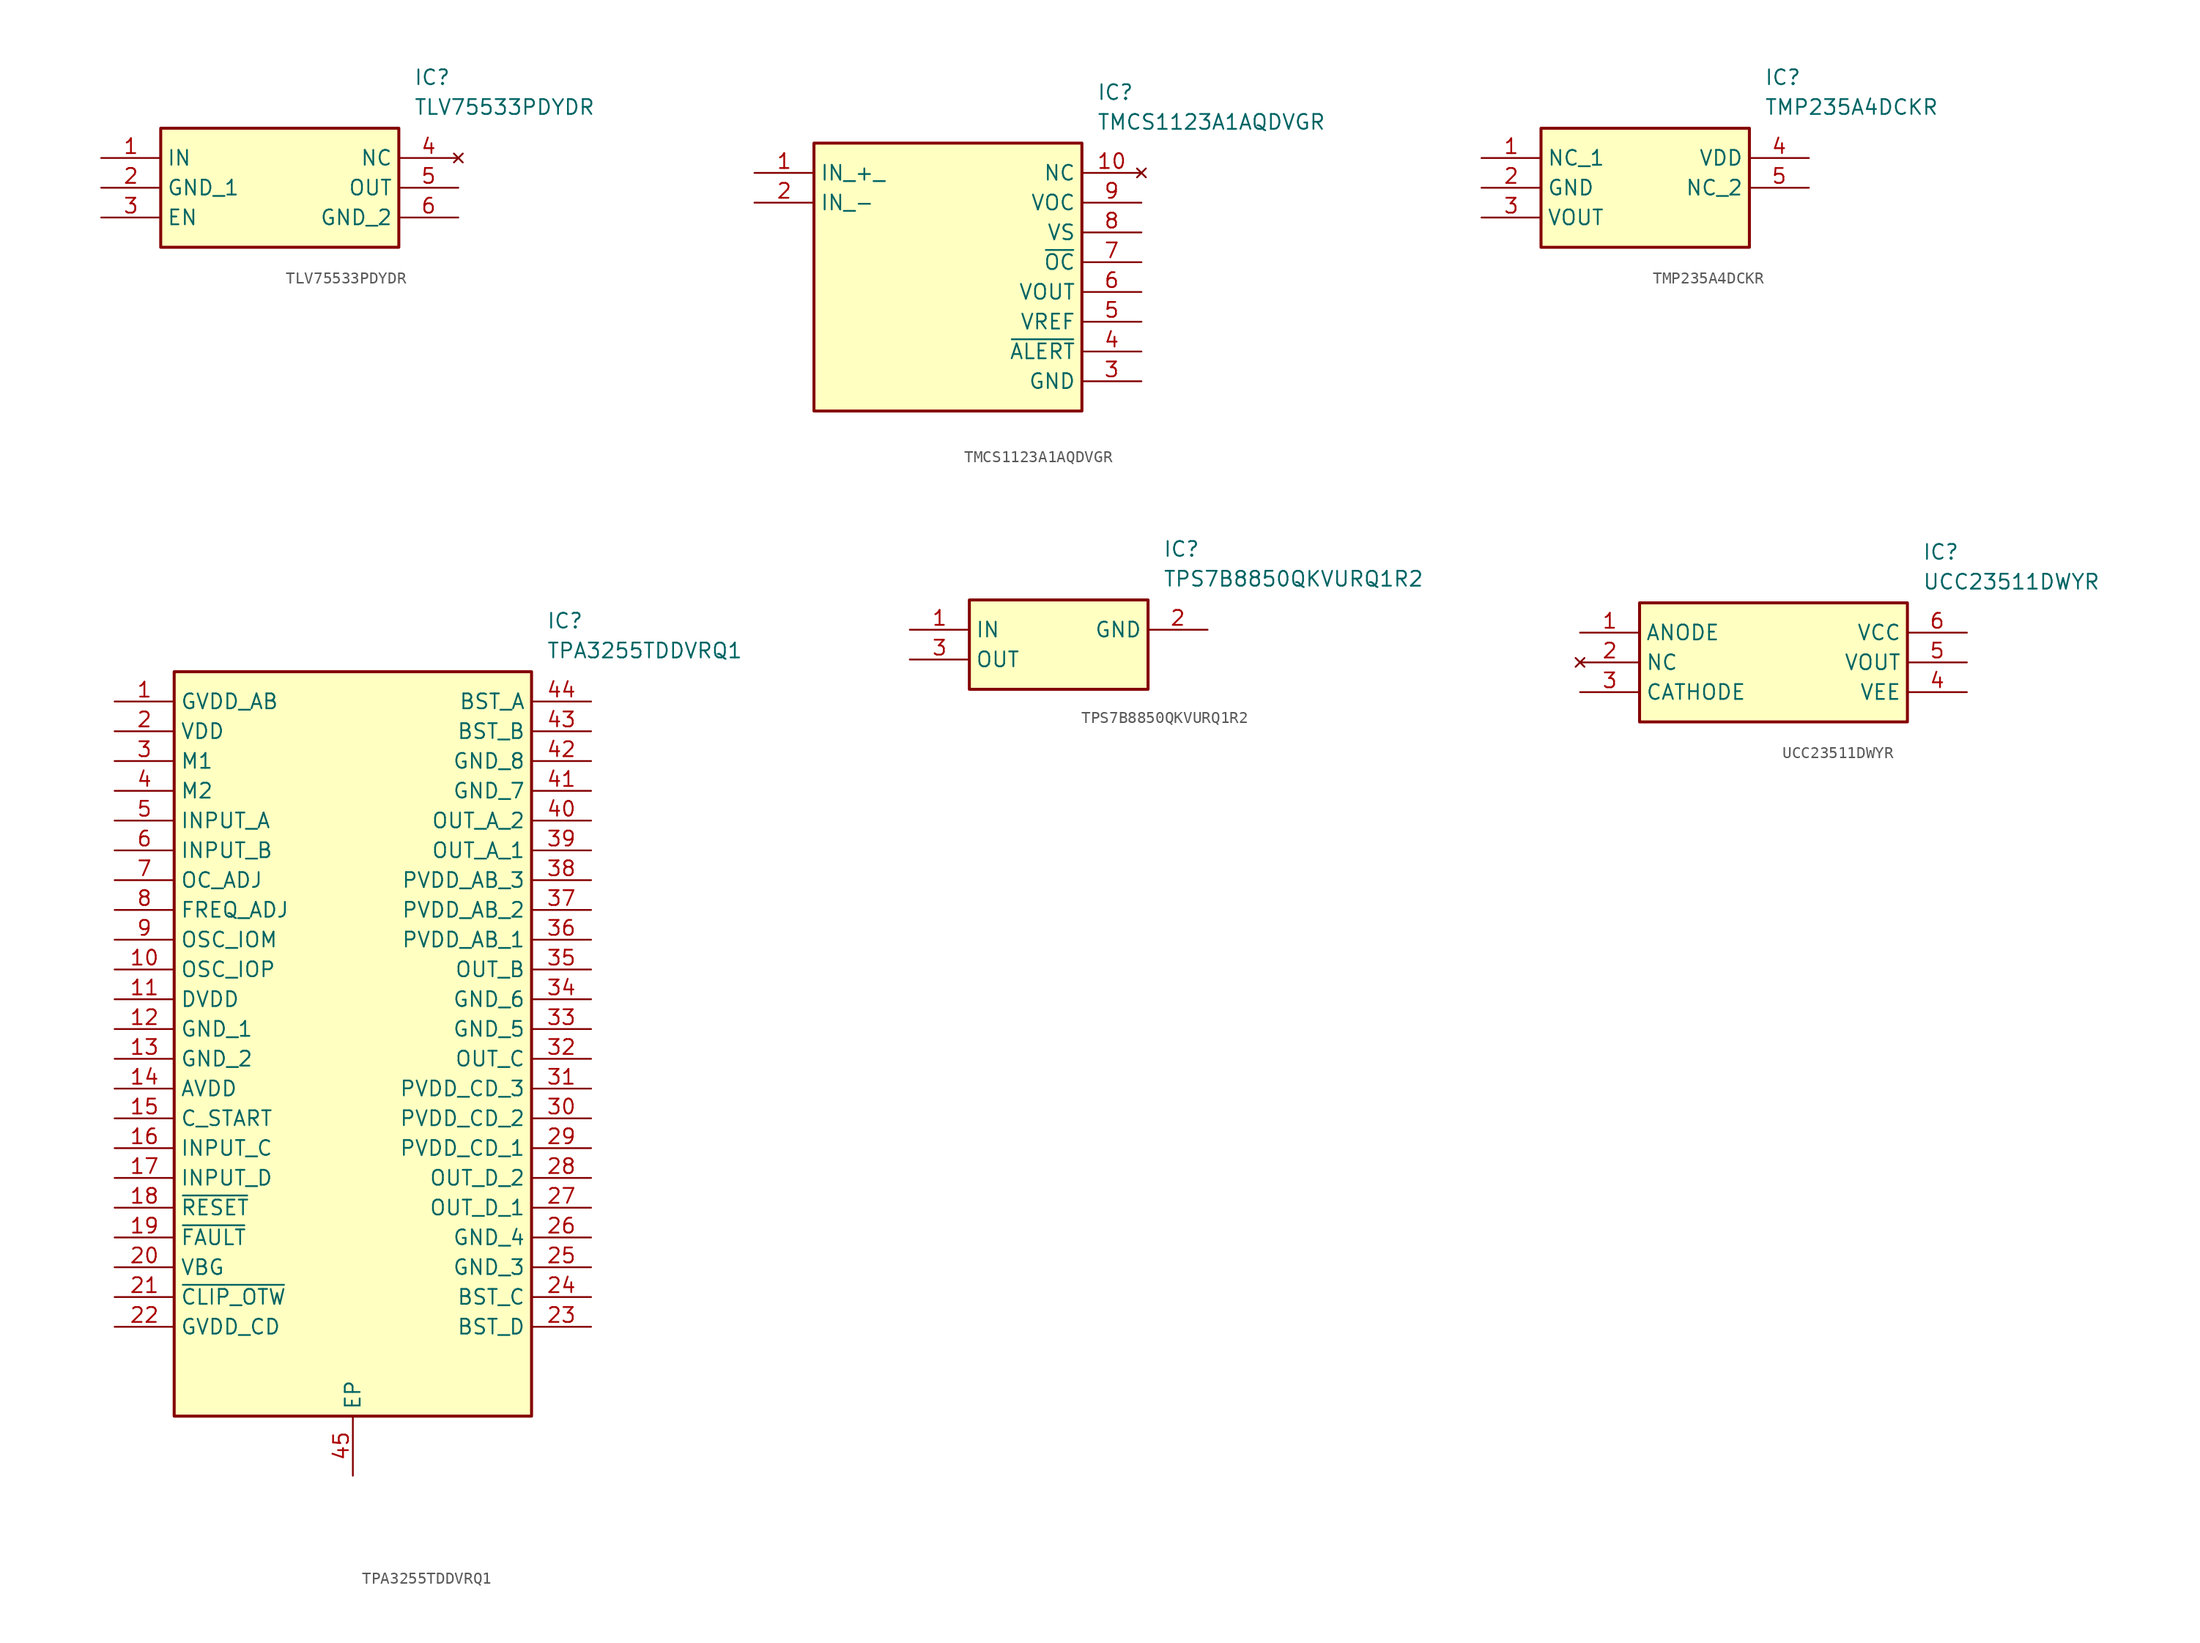
<source format=kicad_sym>
(kicad_symbol_lib
  (version 20241209)
  (generator "kicad_symbol_editor")
  (generator_version "9.0")
  (symbol "TLV75533PDYDR"
    (property "Reference" "IC"
      (at 26.67 7.62 0)
      (effects (font (size 1.27 1.27)) (justify left top)))
    (property "Value" "TLV75533PDYDR"
      (at 26.67 5.08 0)
      (effects (font (size 1.27 1.27)) (justify left top)))
    (symbol "TLV75533PDYDR_1_1"
      (rectangle (start 5.08 2.54) (end 25.4 -7.62) (stroke (width 0.254) (type default)) (fill (type background)))
      (pin passive line (at 0 0 0) (length 5.08) (name "IN" (effects (font (size 1.27 1.27)))) (number "1" (effects (font (size 1.27 1.27)))))
      (pin passive line (at 0 -2.54 0) (length 5.08) (name "GND_1" (effects (font (size 1.27 1.27)))) (number "2" (effects (font (size 1.27 1.27)))))
      (pin passive line (at 0 -5.08 0) (length 5.08) (name "EN" (effects (font (size 1.27 1.27)))) (number "3" (effects (font (size 1.27 1.27)))))
      (pin no_connect line (at 30.48 0 180) (length 5.08) (name "NC" (effects (font (size 1.27 1.27)))) (number "4" (effects (font (size 1.27 1.27)))))
      (pin passive line (at 30.48 -2.54 180) (length 5.08) (name "OUT" (effects (font (size 1.27 1.27)))) (number "5" (effects (font (size 1.27 1.27)))))
      (pin passive line (at 30.48 -5.08 180) (length 5.08) (name "GND_2" (effects (font (size 1.27 1.27)))) (number "6" (effects (font (size 1.27 1.27)))))))
  (symbol "TMCS1123A1AQDVGR"
    (property "Reference" "IC"
      (at 29.21 7.62 0)
      (effects (font (size 1.27 1.27)) (justify left top)))
    (property "Value" "TMCS1123A1AQDVGR"
      (at 29.21 5.08 0)
      (effects (font (size 1.27 1.27)) (justify left top)))
    (symbol "TMCS1123A1AQDVGR_1_1"
      (rectangle (start 5.08 2.54) (end 27.94 -20.32) (stroke (width 0.254) (type default)) (fill (type background)))
      (pin passive line (at 0 0 0) (length 5.08) (name "IN_+_" (effects (font (size 1.27 1.27)))) (number "1" (effects (font (size 1.27 1.27)))))
      (pin passive line (at 0 -2.54 0) (length 5.08) (name "IN_-" (effects (font (size 1.27 1.27)))) (number "2" (effects (font (size 1.27 1.27)))))
      (pin no_connect line (at 33.02 0 180) (length 5.08) (name "NC" (effects (font (size 1.27 1.27)))) (number "10" (effects (font (size 1.27 1.27)))))
      (pin passive line (at 33.02 -2.54 180) (length 5.08) (name "VOC" (effects (font (size 1.27 1.27)))) (number "9" (effects (font (size 1.27 1.27)))))
      (pin passive line (at 33.02 -5.08 180) (length 5.08) (name "VS" (effects (font (size 1.27 1.27)))) (number "8" (effects (font (size 1.27 1.27)))))
      (pin passive line (at 33.02 -7.62 180) (length 5.08) (name "~{OC}" (effects (font (size 1.27 1.27)))) (number "7" (effects (font (size 1.27 1.27)))))
      (pin passive line (at 33.02 -10.16 180) (length 5.08) (name "VOUT" (effects (font (size 1.27 1.27)))) (number "6" (effects (font (size 1.27 1.27)))))
      (pin passive line (at 33.02 -12.7 180) (length 5.08) (name "VREF" (effects (font (size 1.27 1.27)))) (number "5" (effects (font (size 1.27 1.27)))))
      (pin passive line (at 33.02 -15.24 180) (length 5.08) (name "~{ALERT}" (effects (font (size 1.27 1.27)))) (number "4" (effects (font (size 1.27 1.27)))))
      (pin passive line (at 33.02 -17.78 180) (length 5.08) (name "GND" (effects (font (size 1.27 1.27)))) (number "3" (effects (font (size 1.27 1.27)))))))
  (symbol "TMP235A4DCKR"
    (property "Reference" "IC"
      (at 24.13 7.62 0)
      (effects (font (size 1.27 1.27)) (justify left top)))
    (property "Value" "TMP235A4DCKR"
      (at 24.13 5.08 0)
      (effects (font (size 1.27 1.27)) (justify left top)))
    (symbol "TMP235A4DCKR_1_1"
      (rectangle (start 5.08 2.54) (end 22.86 -7.62) (stroke (width 0.254) (type default)) (fill (type background)))
      (pin passive line (at 0 0 0) (length 5.08) (name "NC_1" (effects (font (size 1.27 1.27)))) (number "1" (effects (font (size 1.27 1.27)))))
      (pin power_in line (at 0 -2.54 0) (length 5.08) (name "GND" (effects (font (size 1.27 1.27)))) (number "2" (effects (font (size 1.27 1.27)))))
      (pin output line (at 0 -5.08 0) (length 5.08) (name "VOUT" (effects (font (size 1.27 1.27)))) (number "3" (effects (font (size 1.27 1.27)))))
      (pin input line (at 27.94 0 180) (length 5.08) (name "VDD" (effects (font (size 1.27 1.27)))) (number "4" (effects (font (size 1.27 1.27)))))
      (pin passive line (at 27.94 -2.54 180) (length 5.08) (name "NC_2" (effects (font (size 1.27 1.27)))) (number "5" (effects (font (size 1.27 1.27)))))))
  (symbol "TPA3255TDDVRQ1"
    (property "Reference" "IC"
      (at 36.83 7.62 0)
      (effects (font (size 1.27 1.27)) (justify left top)))
    (property "Value" "TPA3255TDDVRQ1"
      (at 36.83 5.08 0)
      (effects (font (size 1.27 1.27)) (justify left top)))
    (symbol "TPA3255TDDVRQ1_1_1"
      (rectangle (start 5.08 2.54) (end 35.56 -60.96) (stroke (width 0.254) (type default)) (fill (type background)))
      (pin passive line (at 0 0 0) (length 5.08) (name "GVDD_AB" (effects (font (size 1.27 1.27)))) (number "1" (effects (font (size 1.27 1.27)))))
      (pin passive line (at 0 -2.54 0) (length 5.08) (name "VDD" (effects (font (size 1.27 1.27)))) (number "2" (effects (font (size 1.27 1.27)))))
      (pin passive line (at 0 -5.08 0) (length 5.08) (name "M1" (effects (font (size 1.27 1.27)))) (number "3" (effects (font (size 1.27 1.27)))))
      (pin passive line (at 0 -7.62 0) (length 5.08) (name "M2" (effects (font (size 1.27 1.27)))) (number "4" (effects (font (size 1.27 1.27)))))
      (pin passive line (at 0 -10.16 0) (length 5.08) (name "INPUT_A" (effects (font (size 1.27 1.27)))) (number "5" (effects (font (size 1.27 1.27)))))
      (pin passive line (at 0 -12.7 0) (length 5.08) (name "INPUT_B" (effects (font (size 1.27 1.27)))) (number "6" (effects (font (size 1.27 1.27)))))
      (pin passive line (at 0 -15.24 0) (length 5.08) (name "OC_ADJ" (effects (font (size 1.27 1.27)))) (number "7" (effects (font (size 1.27 1.27)))))
      (pin passive line (at 0 -17.78 0) (length 5.08) (name "FREQ_ADJ" (effects (font (size 1.27 1.27)))) (number "8" (effects (font (size 1.27 1.27)))))
      (pin passive line (at 0 -20.32 0) (length 5.08) (name "OSC_IOM" (effects (font (size 1.27 1.27)))) (number "9" (effects (font (size 1.27 1.27)))))
      (pin passive line (at 0 -22.86 0) (length 5.08) (name "OSC_IOP" (effects (font (size 1.27 1.27)))) (number "10" (effects (font (size 1.27 1.27)))))
      (pin passive line (at 0 -25.4 0) (length 5.08) (name "DVDD" (effects (font (size 1.27 1.27)))) (number "11" (effects (font (size 1.27 1.27)))))
      (pin passive line (at 0 -27.94 0) (length 5.08) (name "GND_1" (effects (font (size 1.27 1.27)))) (number "12" (effects (font (size 1.27 1.27)))))
      (pin passive line (at 0 -30.48 0) (length 5.08) (name "GND_2" (effects (font (size 1.27 1.27)))) (number "13" (effects (font (size 1.27 1.27)))))
      (pin passive line (at 0 -33.02 0) (length 5.08) (name "AVDD" (effects (font (size 1.27 1.27)))) (number "14" (effects (font (size 1.27 1.27)))))
      (pin passive line (at 0 -35.56 0) (length 5.08) (name "C_START" (effects (font (size 1.27 1.27)))) (number "15" (effects (font (size 1.27 1.27)))))
      (pin passive line (at 0 -38.1 0) (length 5.08) (name "INPUT_C" (effects (font (size 1.27 1.27)))) (number "16" (effects (font (size 1.27 1.27)))))
      (pin passive line (at 0 -40.64 0) (length 5.08) (name "INPUT_D" (effects (font (size 1.27 1.27)))) (number "17" (effects (font (size 1.27 1.27)))))
      (pin passive line (at 0 -43.18 0) (length 5.08) (name "~{RESET}" (effects (font (size 1.27 1.27)))) (number "18" (effects (font (size 1.27 1.27)))))
      (pin passive line (at 0 -45.72 0) (length 5.08) (name "~{FAULT}" (effects (font (size 1.27 1.27)))) (number "19" (effects (font (size 1.27 1.27)))))
      (pin passive line (at 0 -48.26 0) (length 5.08) (name "VBG" (effects (font (size 1.27 1.27)))) (number "20" (effects (font (size 1.27 1.27)))))
      (pin passive line (at 0 -50.8 0) (length 5.08) (name "~{CLIP_OTW}" (effects (font (size 1.27 1.27)))) (number "21" (effects (font (size 1.27 1.27)))))
      (pin passive line (at 0 -53.34 0) (length 5.08) (name "GVDD_CD" (effects (font (size 1.27 1.27)))) (number "22" (effects (font (size 1.27 1.27)))))
      (pin passive line (at 20.32 -66.04 90) (length 5.08) (name "EP" (effects (font (size 1.27 1.27)))) (number "45" (effects (font (size 1.27 1.27)))))
      (pin passive line (at 40.64 0 180) (length 5.08) (name "BST_A" (effects (font (size 1.27 1.27)))) (number "44" (effects (font (size 1.27 1.27)))))
      (pin passive line (at 40.64 -2.54 180) (length 5.08) (name "BST_B" (effects (font (size 1.27 1.27)))) (number "43" (effects (font (size 1.27 1.27)))))
      (pin passive line (at 40.64 -5.08 180) (length 5.08) (name "GND_8" (effects (font (size 1.27 1.27)))) (number "42" (effects (font (size 1.27 1.27)))))
      (pin passive line (at 40.64 -7.62 180) (length 5.08) (name "GND_7" (effects (font (size 1.27 1.27)))) (number "41" (effects (font (size 1.27 1.27)))))
      (pin passive line (at 40.64 -10.16 180) (length 5.08) (name "OUT_A_2" (effects (font (size 1.27 1.27)))) (number "40" (effects (font (size 1.27 1.27)))))
      (pin passive line (at 40.64 -12.7 180) (length 5.08) (name "OUT_A_1" (effects (font (size 1.27 1.27)))) (number "39" (effects (font (size 1.27 1.27)))))
      (pin passive line (at 40.64 -15.24 180) (length 5.08) (name "PVDD_AB_3" (effects (font (size 1.27 1.27)))) (number "38" (effects (font (size 1.27 1.27)))))
      (pin passive line (at 40.64 -17.78 180) (length 5.08) (name "PVDD_AB_2" (effects (font (size 1.27 1.27)))) (number "37" (effects (font (size 1.27 1.27)))))
      (pin passive line (at 40.64 -20.32 180) (length 5.08) (name "PVDD_AB_1" (effects (font (size 1.27 1.27)))) (number "36" (effects (font (size 1.27 1.27)))))
      (pin passive line (at 40.64 -22.86 180) (length 5.08) (name "OUT_B" (effects (font (size 1.27 1.27)))) (number "35" (effects (font (size 1.27 1.27)))))
      (pin passive line (at 40.64 -25.4 180) (length 5.08) (name "GND_6" (effects (font (size 1.27 1.27)))) (number "34" (effects (font (size 1.27 1.27)))))
      (pin passive line (at 40.64 -27.94 180) (length 5.08) (name "GND_5" (effects (font (size 1.27 1.27)))) (number "33" (effects (font (size 1.27 1.27)))))
      (pin passive line (at 40.64 -30.48 180) (length 5.08) (name "OUT_C" (effects (font (size 1.27 1.27)))) (number "32" (effects (font (size 1.27 1.27)))))
      (pin passive line (at 40.64 -33.02 180) (length 5.08) (name "PVDD_CD_3" (effects (font (size 1.27 1.27)))) (number "31" (effects (font (size 1.27 1.27)))))
      (pin passive line (at 40.64 -35.56 180) (length 5.08) (name "PVDD_CD_2" (effects (font (size 1.27 1.27)))) (number "30" (effects (font (size 1.27 1.27)))))
      (pin passive line (at 40.64 -38.1 180) (length 5.08) (name "PVDD_CD_1" (effects (font (size 1.27 1.27)))) (number "29" (effects (font (size 1.27 1.27)))))
      (pin passive line (at 40.64 -40.64 180) (length 5.08) (name "OUT_D_2" (effects (font (size 1.27 1.27)))) (number "28" (effects (font (size 1.27 1.27)))))
      (pin passive line (at 40.64 -43.18 180) (length 5.08) (name "OUT_D_1" (effects (font (size 1.27 1.27)))) (number "27" (effects (font (size 1.27 1.27)))))
      (pin passive line (at 40.64 -45.72 180) (length 5.08) (name "GND_4" (effects (font (size 1.27 1.27)))) (number "26" (effects (font (size 1.27 1.27)))))
      (pin passive line (at 40.64 -48.26 180) (length 5.08) (name "GND_3" (effects (font (size 1.27 1.27)))) (number "25" (effects (font (size 1.27 1.27)))))
      (pin passive line (at 40.64 -50.8 180) (length 5.08) (name "BST_C" (effects (font (size 1.27 1.27)))) (number "24" (effects (font (size 1.27 1.27)))))
      (pin passive line (at 40.64 -53.34 180) (length 5.08) (name "BST_D" (effects (font (size 1.27 1.27)))) (number "23" (effects (font (size 1.27 1.27)))))))
  (symbol "TPS7B8850QKVURQ1R2"
    (property "Reference" "IC"
      (at 21.59 7.62 0)
      (effects (font (size 1.27 1.27)) (justify left top)))
    (property "Value" "TPS7B8850QKVURQ1R2"
      (at 21.59 5.08 0)
      (effects (font (size 1.27 1.27)) (justify left top)))
    (symbol "TPS7B8850QKVURQ1R2_1_1"
      (rectangle (start 5.08 2.54) (end 20.32 -5.08) (stroke (width 0.254) (type default)) (fill (type background)))
      (pin passive line (at 0 0 0) (length 5.08) (name "IN" (effects (font (size 1.27 1.27)))) (number "1" (effects (font (size 1.27 1.27)))))
      (pin passive line (at 0 -2.54 0) (length 5.08) (name "OUT" (effects (font (size 1.27 1.27)))) (number "3" (effects (font (size 1.27 1.27)))))
      (pin passive line (at 25.4 0 180) (length 5.08) (name "GND" (effects (font (size 1.27 1.27)))) (number "2" (effects (font (size 1.27 1.27)))))))
  (symbol "UCC23511DWYR"
    (property "Reference" "IC"
      (at 29.21 7.62 0)
      (effects (font (size 1.27 1.27)) (justify left top)))
    (property "Value" "UCC23511DWYR"
      (at 29.21 5.08 0)
      (effects (font (size 1.27 1.27)) (justify left top)))
    (symbol "UCC23511DWYR_1_1"
      (rectangle (start 5.08 2.54) (end 27.94 -7.62) (stroke (width 0.254) (type default)) (fill (type background)))
      (pin passive line (at 0 0 0) (length 5.08) (name "ANODE" (effects (font (size 1.27 1.27)))) (number "1" (effects (font (size 1.27 1.27)))))
      (pin no_connect line (at 0 -2.54 0) (length 5.08) (name "NC" (effects (font (size 1.27 1.27)))) (number "2" (effects (font (size 1.27 1.27)))))
      (pin passive line (at 0 -5.08 0) (length 5.08) (name "CATHODE" (effects (font (size 1.27 1.27)))) (number "3" (effects (font (size 1.27 1.27)))))
      (pin passive line (at 33.02 0 180) (length 5.08) (name "VCC" (effects (font (size 1.27 1.27)))) (number "6" (effects (font (size 1.27 1.27)))))
      (pin passive line (at 33.02 -2.54 180) (length 5.08) (name "VOUT" (effects (font (size 1.27 1.27)))) (number "5" (effects (font (size 1.27 1.27)))))
      (pin passive line (at 33.02 -5.08 180) (length 5.08) (name "VEE" (effects (font (size 1.27 1.27)))) (number "4" (effects (font (size 1.27 1.27))))))))
</source>
